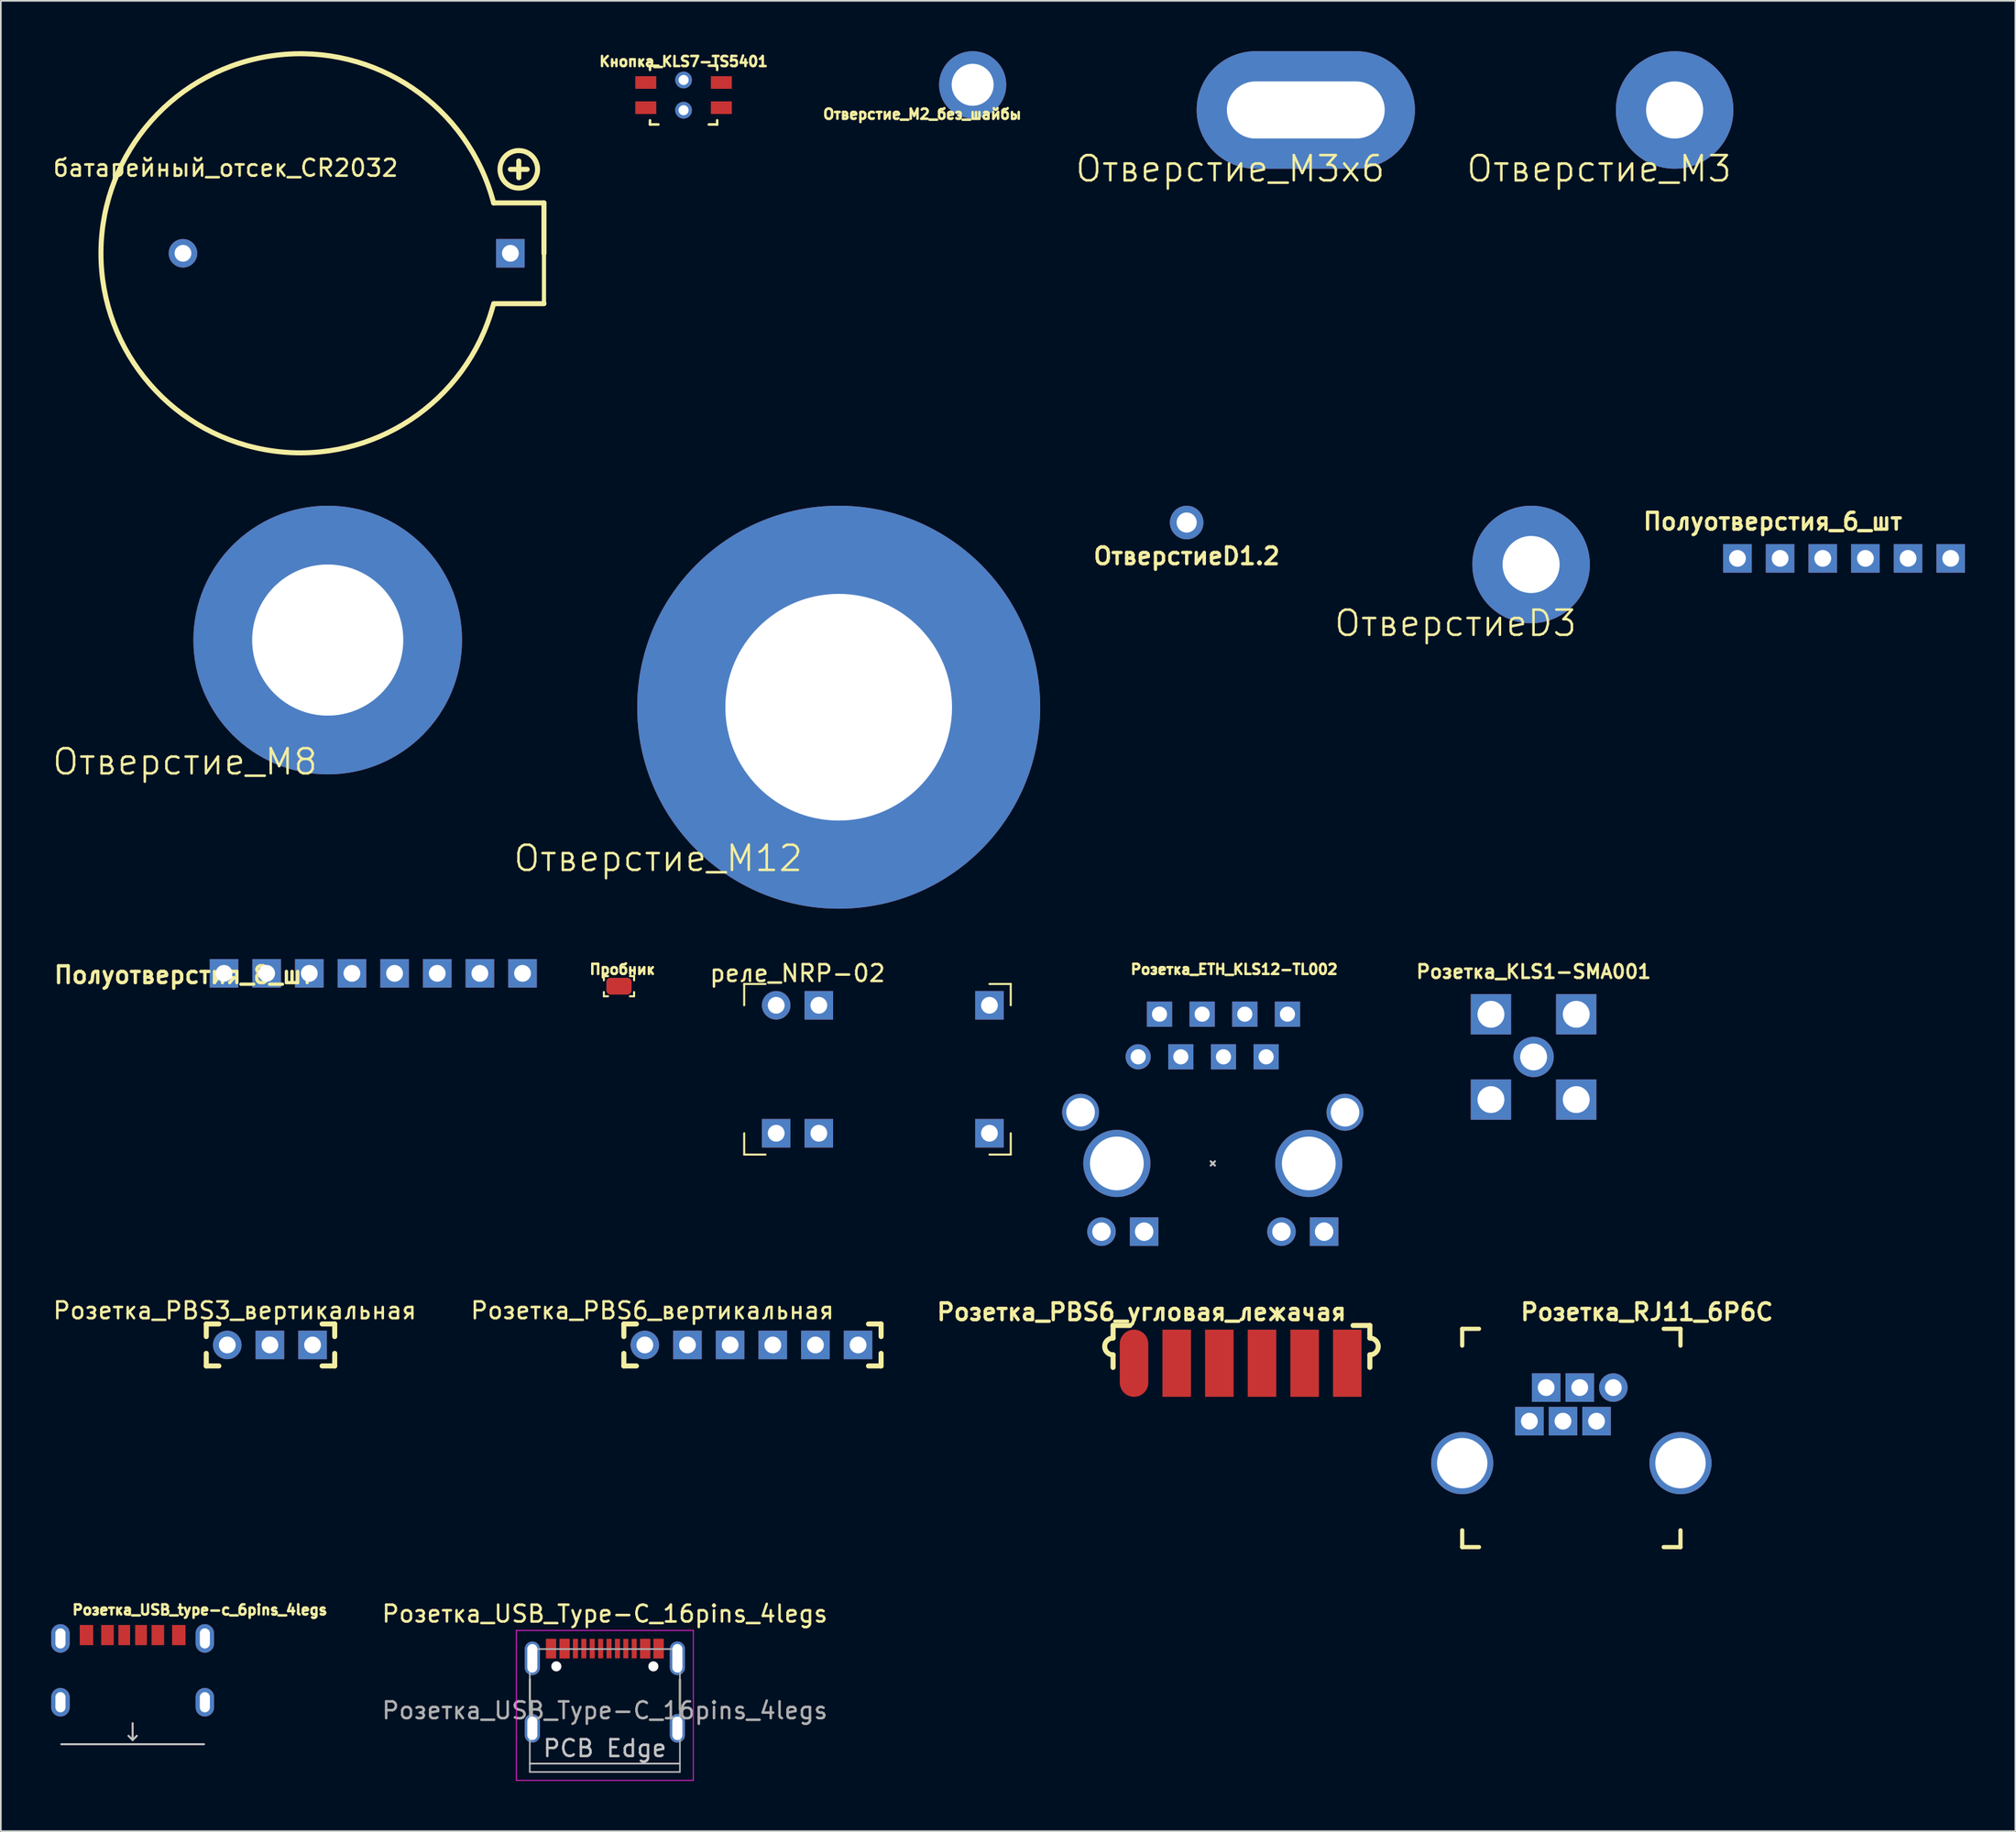
<source format=kicad_pcb>
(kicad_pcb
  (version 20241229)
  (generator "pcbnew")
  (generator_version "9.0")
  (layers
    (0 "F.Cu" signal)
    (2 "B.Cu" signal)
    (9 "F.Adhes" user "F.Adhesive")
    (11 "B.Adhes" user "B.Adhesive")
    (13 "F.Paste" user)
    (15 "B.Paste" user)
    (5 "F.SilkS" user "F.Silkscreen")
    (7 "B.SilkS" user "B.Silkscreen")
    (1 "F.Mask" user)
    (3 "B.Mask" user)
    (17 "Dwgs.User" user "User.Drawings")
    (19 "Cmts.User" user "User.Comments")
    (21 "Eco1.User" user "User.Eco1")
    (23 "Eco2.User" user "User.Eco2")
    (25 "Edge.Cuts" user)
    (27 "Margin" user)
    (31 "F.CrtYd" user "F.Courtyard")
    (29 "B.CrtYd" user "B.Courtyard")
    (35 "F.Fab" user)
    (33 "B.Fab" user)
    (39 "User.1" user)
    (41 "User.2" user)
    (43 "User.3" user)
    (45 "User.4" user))
  (footprint "Розетка_ETH_KLS12-TL002"
    (layer "F.Cu")
    (at 64.736 59.891)
    (property "Reference" "Розетка_ETH_KLS12-TL002" (at 5.715 -5.207 0) (layer "F.SilkS") (effects (font (size 0.6 0.6) (thickness 0.15))))
    (attr through_hole)
    (fp_line (start 4.318 6.223) (end 4.572 6.477) (stroke (width 0.12) (type solid)) (layer "Dwgs.User"))
    (fp_line (start 4.572 6.223) (end 4.318 6.477) (stroke (width 0.12) (type solid)) (layer "Dwgs.User"))
    (pad "0" thru_hole circle (at -1.27 6.35) (size 4 4) (drill 3.2) (layers "*.Cu" "*.Mask"))
    (pad "0" thru_hole circle (at 10.16 6.35) (size 4 4) (drill 3.2) (layers "*.Cu" "*.Mask"))
    (pad "1" thru_hole circle (at 0 0) (size 1.5 1.5) (drill 0.9) (layers "*.Cu" "*.Mask"))
    (pad "2" thru_hole rect (at 1.27 -2.54) (size 1.5 1.5) (drill 0.9) (layers "*.Cu" "*.Mask"))
    (pad "3" thru_hole rect (at 2.54 0) (size 1.5 1.5) (drill 0.9) (layers "*.Cu" "*.Mask"))
    (pad "4" thru_hole rect (at 3.81 -2.54) (size 1.5 1.5) (drill 0.9) (layers "*.Cu" "*.Mask"))
    (pad "5" thru_hole rect (at 5.08 0) (size 1.5 1.5) (drill 0.9) (layers "*.Cu" "*.Mask"))
    (pad "6" thru_hole rect (at 6.35 -2.54) (size 1.5 1.5) (drill 0.9) (layers "*.Cu" "*.Mask"))
    (pad "7" thru_hole rect (at 7.62 0) (size 1.5 1.5) (drill 0.9) (layers "*.Cu" "*.Mask"))
    (pad "8" thru_hole rect (at 8.89 -2.54) (size 1.5 1.5) (drill 0.9) (layers "*.Cu" "*.Mask"))
    (pad "9" thru_hole circle (at -2.184 10.414) (size 1.7 1.7) (drill 1.1) (layers "*.Cu" "*.Mask"))
    (pad "10" thru_hole rect (at 0.356 10.414) (size 1.7 1.7) (drill 1.1) (layers "*.Cu" "*.Mask"))
    (pad "11" thru_hole circle (at 8.534 10.414) (size 1.7 1.7) (drill 1.1) (layers "*.Cu" "*.Mask"))
    (pad "12" thru_hole rect (at 11.074 10.414) (size 1.7 1.7) (drill 1.1) (layers "*.Cu" "*.Mask"))
    (pad "S" thru_hole circle (at -3.429 3.302) (size 2.2 2.2) (drill 1.7) (layers "*.Cu" "*.Mask"))
    (pad "S" thru_hole circle (at 12.319 3.302) (size 2.2 2.2) (drill 1.7) (layers "*.Cu" "*.Mask")))
  (footprint "Розетка_PBS6_угловая_лежачая"
    (layer "F.Cu")
    (at 64.49 77.141)
    (property "Reference" "Розетка_PBS6_угловая_лежачая" (at 0.45 -2.05 0) (layer "F.SilkS") (effects (font (size 1 1) (thickness 0.2))))
    (attr through_hole)
    (fp_line (start -1.25 -1.25) (end -1.25 -0.5) (stroke (width 0.3) (type solid)) (layer "F.SilkS"))
    (fp_line (start -1.25 -1.25) (end -0.25 -1.25) (stroke (width 0.3) (type solid)) (layer "F.SilkS"))
    (fp_line (start -1.25 0.5) (end -1.25 1.25) (stroke (width 0.3) (type solid)) (layer "F.SilkS"))
    (fp_line (start 14.043 -1.25) (end 13.043 -1.25) (stroke (width 0.3) (type solid)) (layer "F.SilkS"))
    (fp_line (start 14.043 -1.25) (end 14.043 -0.5) (stroke (width 0.3) (type solid)) (layer "F.SilkS"))
    (fp_line (start 14.043 0.5) (end 14.043 1.25) (stroke (width 0.3) (type solid)) (layer "F.SilkS"))
    (fp_arc (start -1.25 0.5) (mid -1.75 0) (end -1.25 -0.5) (stroke (width 0.3) (type solid)) (layer "F.SilkS"))
    (fp_arc (start 14.043284 -0.5) (mid 14.543284 0) (end 14.043284 0.5) (stroke (width 0.3) (type solid)) (layer "F.SilkS"))
    (pad "1" smd oval (at 0 1) (size 1.7 4) (layers "F.Cu" "F.Mask" "F.Paste"))
    (pad "2" smd rect (at 2.54 1) (size 1.7 4) (layers "F.Cu" "F.Mask" "F.Paste"))
    (pad "3" smd rect (at 5.08 1) (size 1.7 4) (layers "F.Cu" "F.Mask" "F.Paste"))
    (pad "4" smd rect (at 7.62 1) (size 1.7 4) (layers "F.Cu" "F.Mask" "F.Paste"))
    (pad "5" smd rect (at 10.16 1) (size 1.7 4) (layers "F.Cu" "F.Mask" "F.Paste"))
    (pad "6" smd rect (at 12.7 1) (size 1.7 4) (layers "F.Cu" "F.Mask" "F.Paste")))
  (footprint "батарейный_отсек_CR2032"
    (layer "F.Cu")
    (at 7.847 12.035)
    (property "Reference" "батарейный_отсек_CR2032" (at 2.54 -5.08 0) (layer "F.SilkS") (effects (font (size 1 1) (thickness 0.15))))
    (attr through_hole)
    (fp_line (start 19.5 -5) (end 20.5 -5) (stroke (width 0.3) (type solid)) (layer "F.SilkS"))
    (fp_line (start 20 -4.5) (end 20 -5.5) (stroke (width 0.3) (type solid)) (layer "F.SilkS"))
    (fp_line (start 21.5 -3) (end 18.5 -3) (stroke (width 0.3) (type solid)) (layer "F.SilkS"))
    (fp_line (start 21.5 0) (end 21.5 -3) (stroke (width 0.3) (type solid)) (layer "F.SilkS"))
    (fp_line (start 21.5 0) (end 21.5 3) (stroke (width 0.25) (type solid)) (layer "F.SilkS"))
    (fp_line (start 21.5 3) (end 18.5 3) (stroke (width 0.3) (type solid)) (layer "F.SilkS"))
    (fp_arc (start 18.466087 3.127115) (mid -4.884682 -0.065781) (end 18.5 -3) (stroke (width 0.3) (type solid)) (layer "F.SilkS"))
    (fp_circle (center 20 -5) (end 21.118 -5) (stroke (width 0.3) (type solid)) (fill no) (layer "F.SilkS"))
    (pad "1" thru_hole circle (at 0 0) (size 1.7 1.7) (drill 1) (layers "*.Cu" "*.Mask"))
    (pad "2" thru_hole rect (at 19.5 0) (size 1.7 1.7) (drill 1) (layers "*.Cu" "*.Mask")))
  (footprint "Розетка_PBS3_вертикальная"
    (layer "F.Cu")
    (at 10.485 77.053)
    (property "Reference" "Розетка_PBS3_вертикальная" (at 0.45 -2.05 0) (layer "F.SilkS") (effects (font (size 1 1) (thickness 0.15))))
    (attr through_hole)
    (fp_line (start -1.25 -1.25) (end -1.25 -0.5) (stroke (width 0.3) (type solid)) (layer "F.SilkS"))
    (fp_line (start -1.25 -1.25) (end -0.5 -1.25) (stroke (width 0.3) (type solid)) (layer "F.SilkS"))
    (fp_line (start -1.25 0.5) (end -1.25 1.25) (stroke (width 0.3) (type solid)) (layer "F.SilkS"))
    (fp_line (start -1.25 1.25) (end -0.5 1.25) (stroke (width 0.3) (type solid)) (layer "F.SilkS"))
    (fp_line (start 5.65 -1.25) (end 6.4 -1.25) (stroke (width 0.3) (type solid)) (layer "F.SilkS"))
    (fp_line (start 6.4 -1.25) (end 6.4 -0.5) (stroke (width 0.3) (type solid)) (layer "F.SilkS"))
    (fp_line (start 6.4 0.5) (end 6.4 1.25) (stroke (width 0.3) (type solid)) (layer "F.SilkS"))
    (fp_line (start 6.4 1.25) (end 5.65 1.25) (stroke (width 0.3) (type solid)) (layer "F.SilkS"))
    (pad "1" thru_hole circle (at 0 0) (size 1.7 1.7) (drill 1) (layers "*.Cu" "*.Mask"))
    (pad "2" thru_hole rect (at 2.54 0) (size 1.7 1.7) (drill 1) (layers "*.Cu" "*.Mask"))
    (pad "3" thru_hole rect (at 5.08 0) (size 1.7 1.7) (drill 1) (layers "*.Cu" "*.Mask")))
  (footprint "Розетка_PBS6_вертикальная"
    (layer "F.Cu")
    (at 35.354 77.053)
    (property "Reference" "Розетка_PBS6_вертикальная" (at 0.45 -2.05 0) (layer "F.SilkS") (effects (font (size 1 1) (thickness 0.15))))
    (attr through_hole)
    (fp_line (start -1.25 -1.25) (end -1.25 -0.5) (stroke (width 0.3) (type solid)) (layer "F.SilkS"))
    (fp_line (start -1.25 -1.25) (end -0.5 -1.25) (stroke (width 0.3) (type solid)) (layer "F.SilkS"))
    (fp_line (start -1.25 0.5) (end -1.25 1.25) (stroke (width 0.3) (type solid)) (layer "F.SilkS"))
    (fp_line (start -1.25 1.25) (end -0.5 1.25) (stroke (width 0.3) (type solid)) (layer "F.SilkS"))
    (fp_line (start 13.32 -1.25) (end 14.07 -1.25) (stroke (width 0.3) (type solid)) (layer "F.SilkS"))
    (fp_line (start 14.07 -1.25) (end 14.07 -0.5) (stroke (width 0.3) (type solid)) (layer "F.SilkS"))
    (fp_line (start 14.07 0.5) (end 14.07 1.25) (stroke (width 0.3) (type solid)) (layer "F.SilkS"))
    (fp_line (start 14.07 1.25) (end 13.32 1.25) (stroke (width 0.3) (type solid)) (layer "F.SilkS"))
    (pad "1" thru_hole circle (at 0 0) (size 1.7 1.7) (drill 1) (layers "*.Cu" "*.Mask"))
    (pad "2" thru_hole rect (at 2.54 0) (size 1.7 1.7) (drill 1) (layers "*.Cu" "*.Mask"))
    (pad "3" thru_hole rect (at 5.08 0) (size 1.7 1.7) (drill 1) (layers "*.Cu" "*.Mask"))
    (pad "4" thru_hole rect (at 7.62 0) (size 1.7 1.7) (drill 1) (layers "*.Cu" "*.Mask"))
    (pad "5" thru_hole rect (at 10.16 0) (size 1.7 1.7) (drill 1) (layers "*.Cu" "*.Mask"))
    (pad "6" thru_hole rect (at 12.7 0) (size 1.7 1.7) (drill 1) (layers "*.Cu" "*.Mask")))
  (footprint "Полуотверстия_8_шт"
    (layer "F.Cu")
    (at 10.29 54.92)
    (property "Reference" "Полуотверстия_8_шт" (at -2.4 0.1 0) (layer "F.SilkS") (effects (font (size 1 1) (thickness 0.2))))
    (attr through_hole)
    (pad "1" thru_hole rect (at 0 0) (size 1.7 1.7) (drill 1) (layers "*.Cu" "*.Mask"))
    (pad "2" thru_hole rect (at 2.54 0) (size 1.7 1.7) (drill 1) (layers "*.Cu" "*.Mask"))
    (pad "3" thru_hole rect (at 5.08 0) (size 1.7 1.7) (drill 1) (layers "*.Cu" "*.Mask"))
    (pad "4" thru_hole rect (at 7.62 0) (size 1.7 1.7) (drill 1) (layers "*.Cu" "*.Mask"))
    (pad "5" thru_hole rect (at 10.16 0) (size 1.7 1.7) (drill 1) (layers "*.Cu" "*.Mask"))
    (pad "6" thru_hole rect (at 12.7 0) (size 1.7 1.7) (drill 1) (layers "*.Cu" "*.Mask"))
    (pad "7" thru_hole rect (at 15.24 0) (size 1.7 1.7) (drill 1) (layers "*.Cu" "*.Mask"))
    (pad "8" thru_hole rect (at 17.78 0) (size 1.7 1.7) (drill 1) (layers "*.Cu" "*.Mask")))
  (footprint "Отверстие_М3"
    (layer "F.Cu")
    (at 96.685 3.5)
    (property "Reference" "Отверстие_М3" (at -4.5 3.5 0) (layer "F.SilkS") (effects (font (size 1.5 1.5) (thickness 0.15))))
    (attr through_hole)
    (pad "1" thru_hole circle (at 0 0) (size 7 7) (drill 3.4) (layers "*.Cu" "*.Paste" "*.Mask")))
  (footprint "Отверстие_М8"
    (layer "F.Cu")
    (at 16.468 35.07)
    (property "Reference" "Отверстие_М8" (at -8.5 7.25 0) (layer "F.SilkS") (effects (font (size 1.5 1.5) (thickness 0.15))))
    (attr through_hole)
    (pad "" thru_hole circle (at 0 0) (size 16 16) (drill 9) (layers "*.Cu" "*.Paste" "*.Mask")))
  (footprint "Отверстие_М12"
    (layer "F.Cu")
    (at 46.9 39.07)
    (property "Reference" "Отверстие_М12" (at -10.75 9 0) (layer "F.SilkS") (effects (font (size 1.5 1.5) (thickness 0.15))))
    (attr through_hole)
    (pad "" thru_hole circle (at 0 0) (size 24 24) (drill 13.5) (layers "*.Cu" "*.Paste" "*.Mask")))
  (footprint "Отверстие_М2_без_шайбы"
    (layer "F.Cu")
    (at 54.878 2)
    (property "Reference" "Отверстие_М2_без_шайбы" (at -3 1.75 0) (layer "F.SilkS") (effects (font (size 0.6 0.6) (thickness 0.15))))
    (attr through_hole)
    (pad "1" thru_hole circle (at 0 0) (size 4 4) (drill 2.5) (layers "*.Cu" "*.Paste" "*.Mask")))
  (footprint "ОтверстиеD3"
    (layer "F.Cu")
    (at 88.137 30.57)
    (property "Reference" "ОтверстиеD3" (at -4.5 3.5 0) (layer "F.SilkS") (effects (font (size 1.5 1.5) (thickness 0.15))))
    (attr through_hole)
    (pad "" thru_hole circle (at 0 0) (size 7 7) (drill 3.4) (layers "*.Cu" "*.Paste" "*.Mask")))
  (footprint "Розетка_KLS1-SMA001"
    (layer "F.Cu")
    (at 85.746 57.359)
    (property "Reference" "Розетка_KLS1-SMA001" (at 2.54 -2.54 0) (layer "F.SilkS") (effects (font (size 0.8 0.8) (thickness 0.16))))
    (attr through_hole)
    (pad "1" thru_hole circle (at 2.54 2.54) (size 2.4 2.4) (drill 1.6) (layers "*.Cu" "*.Mask"))
    (pad "2" thru_hole rect (at 0 0) (size 2.4 2.4) (drill 1.6) (layers "*.Cu" "*.Mask"))
    (pad "2" thru_hole rect (at 0 5.08) (size 2.4 2.4) (drill 1.6) (layers "*.Cu" "*.Mask"))
    (pad "2" thru_hole rect (at 5.08 0) (size 2.4 2.4) (drill 1.6) (layers "*.Cu" "*.Mask"))
    (pad "2" thru_hole rect (at 5.08 5.08) (size 2.4 2.4) (drill 1.6) (layers "*.Cu" "*.Mask")))
  (footprint "Розетка_RJ11_6P6C"
    (layer "F.Cu")
    (at 93.034 79.591)
    (property "Reference" "Розетка_RJ11_6P6C" (at 2 -4.5 0) (layer "F.SilkS") (effects (font (size 1 1) (thickness 0.2))))
    (attr through_hole)
    (fp_line (start -9 -3.5) (end -8 -3.5) (stroke (width 0.25) (type solid)) (layer "F.SilkS"))
    (fp_line (start -9 -2.5) (end -9 -3.5) (stroke (width 0.25) (type solid)) (layer "F.SilkS"))
    (fp_line (start -9 8.5) (end -9 9.5) (stroke (width 0.25) (type solid)) (layer "F.SilkS"))
    (fp_line (start -9 9.5) (end -8 9.5) (stroke (width 0.25) (type solid)) (layer "F.SilkS"))
    (fp_line (start 4 -3.5) (end 3 -3.5) (stroke (width 0.25) (type solid)) (layer "F.SilkS"))
    (fp_line (start 4 -2.5) (end 4 -3.5) (stroke (width 0.25) (type solid)) (layer "F.SilkS"))
    (fp_line (start 4 8.5) (end 4 9.5) (stroke (width 0.25) (type solid)) (layer "F.SilkS"))
    (fp_line (start 4 9.5) (end 3 9.5) (stroke (width 0.25) (type solid)) (layer "F.SilkS"))
    (pad "0" thru_hole circle (at -9 4.5) (size 3.7 3.7) (drill 3) (layers "*.Cu" "*.Mask"))
    (pad "0" thru_hole circle (at 4 4.5) (size 3.7 3.7) (drill 3) (layers "*.Cu" "*.Mask"))
    (pad "1" thru_hole circle (at 0 0) (size 1.7 1.7) (drill 1) (layers "*.Cu" "*.Mask"))
    (pad "2" thru_hole rect (at -1 2) (size 1.7 1.7) (drill 1) (layers "*.Cu" "*.Mask"))
    (pad "3" thru_hole rect (at -2 0) (size 1.7 1.7) (drill 1) (layers "*.Cu" "*.Mask"))
    (pad "4" thru_hole rect (at -3 2) (size 1.7 1.7) (drill 1) (layers "*.Cu" "*.Mask"))
    (pad "5" thru_hole rect (at -4 0) (size 1.7 1.7) (drill 1) (layers "*.Cu" "*.Mask"))
    (pad "6" thru_hole rect (at -5 2) (size 1.7 1.7) (drill 1) (layers "*.Cu" "*.Mask")))
  (footprint "Полуотверстия_6_шт"
    (layer "F.Cu")
    (at 100.427 30.206)
    (property "Reference" "Полуотверстия_6_шт" (at 2.1 -2.2 0) (layer "F.SilkS") (effects (font (size 1 1) (thickness 0.2))))
    (attr through_hole)
    (pad "1" thru_hole rect (at 0 0) (size 1.7 1.7) (drill 1) (layers "*.Cu" "*.Mask"))
    (pad "2" thru_hole rect (at 2.54 0) (size 1.7 1.7) (drill 1) (layers "*.Cu" "*.Mask"))
    (pad "3" thru_hole rect (at 5.08 0) (size 1.7 1.7) (drill 1) (layers "*.Cu" "*.Mask"))
    (pad "4" thru_hole rect (at 7.62 0) (size 1.7 1.7) (drill 1) (layers "*.Cu" "*.Mask"))
    (pad "5" thru_hole rect (at 10.16 0) (size 1.7 1.7) (drill 1) (layers "*.Cu" "*.Mask"))
    (pad "6" thru_hole rect (at 12.7 0) (size 1.7 1.7) (drill 1) (layers "*.Cu" "*.Mask")))
  (footprint "Отверстие_М3x6"
    (layer "F.Cu")
    (at 74.718 3.5)
    (property "Reference" "Отверстие_М3x6" (at -4.5 3.5 0) (layer "F.SilkS") (effects (font (size 1.5 1.5) (thickness 0.15))))
    (attr through_hole)
    (pad "1" thru_hole oval (at 0 0) (size 13 7) (drill oval 9.4 3.4) (layers "*.Cu" "*.Paste" "*.Mask")))
  (footprint "Кнопка_KLS7-TS5401"
    (layer "F.Cu")
    (at 35.412 3.364)
    (property "Reference" "Кнопка_KLS7-TS5401" (at 2.25 -2.75 0) (layer "F.SilkS") (effects (font (size 0.6 0.6) (thickness 0.15))))
    (attr through_hole)
    (fp_line (start 0.25 -2.5) (end 0.25 -2.25) (stroke (width 0.15) (type solid)) (layer "F.SilkS"))
    (fp_line (start 0.25 -2.5) (end 0.75 -2.5) (stroke (width 0.15) (type solid)) (layer "F.SilkS"))
    (fp_line (start 0.25 1) (end 0.25 0.75) (stroke (width 0.15) (type solid)) (layer "F.SilkS"))
    (fp_line (start 0.25 1) (end 0.75 1) (stroke (width 0.15) (type solid)) (layer "F.SilkS"))
    (fp_line (start 4.25 -2.5) (end 3.75 -2.5) (stroke (width 0.15) (type solid)) (layer "F.SilkS"))
    (fp_line (start 4.25 -2.5) (end 4.25 -2.25) (stroke (width 0.15) (type solid)) (layer "F.SilkS"))
    (fp_line (start 4.25 1) (end 3.75 1) (stroke (width 0.15) (type solid)) (layer "F.SilkS"))
    (fp_line (start 4.25 1) (end 4.25 0.75) (stroke (width 0.15) (type solid)) (layer "F.SilkS"))
    (pad "" thru_hole circle (at 2.25 -1.65) (size 1 1) (drill 0.6) (layers "*.Cu" "*.Mask"))
    (pad "" thru_hole circle (at 2.25 0.15) (size 1 1) (drill 0.6) (layers "*.Cu" "*.Mask"))
    (pad "1" smd rect (at 0 -1.5) (size 1.25 0.75) (layers "F.Cu" "F.Mask" "F.Paste"))
    (pad "2" smd rect (at 4.5 -1.5) (size 1.25 0.75) (layers "F.Cu" "F.Mask" "F.Paste"))
    (pad "3" smd rect (at 4.5 0) (size 1.25 0.75) (layers "F.Cu" "F.Mask" "F.Paste"))
    (pad "4" smd rect (at 0 0) (size 1.25 0.75) (layers "F.Cu" "F.Mask" "F.Paste")))
  (footprint "ОтверстиеD1.2"
    (layer "F.Cu")
    (at 67.624 28.07)
    (property "Reference" "ОтверстиеD1.2" (at 0 2 0) (layer "F.SilkS") (effects (font (size 1 1) (thickness 0.2))))
    (attr through_hole)
    (pad "1" thru_hole circle (at 0 0) (size 2 2) (drill 1.2) (layers "*.Cu" "*.Paste" "*.Mask")))
  (footprint "Розетка_USB_Type-C_16pins_4legs"
    (layer "F.Cu")
    (at 32.973 97.644)
    (property "Reference" "Розетка_USB_Type-C_16pins_4legs" (at 0 -4.58 0) (layer "F.SilkS") (effects (font (size 1 1) (thickness 0.15))))
    (attr smd)
    (fp_line (start -4.47 -0.67) (end -4.47 1.13) (stroke (width 0.12) (type solid)) (layer "F.SilkS"))
    (fp_line (start 4.47 -0.67) (end 4.47 1.13) (stroke (width 0.12) (type solid)) (layer "F.SilkS"))
    (fp_line (start -4.47 4.34) (end 4.47 4.34) (stroke (width 0.1) (type solid)) (layer "Dwgs.User"))
    (fp_line (start -5.27 -3.59) (end -5.27 5.34) (stroke (width 0.05) (type solid)) (layer "F.CrtYd"))
    (fp_line (start -5.27 5.34) (end 5.27 5.34) (stroke (width 0.05) (type solid)) (layer "F.CrtYd"))
    (fp_line (start 5.27 -3.59) (end -5.27 -3.59) (stroke (width 0.05) (type solid)) (layer "F.CrtYd"))
    (fp_line (start 5.27 5.34) (end 5.27 -3.59) (stroke (width 0.05) (type solid)) (layer "F.CrtYd"))
    (fp_line (start -4.47 -2.48) (end -4.47 4.84) (stroke (width 0.1) (type solid)) (layer "F.Fab"))
    (fp_line (start -4.47 -2.48) (end 4.47 -2.48) (stroke (width 0.1) (type solid)) (layer "F.Fab"))
    (fp_line (start 4.47 -2.48) (end 4.47 4.84) (stroke (width 0.1) (type solid)) (layer "F.Fab"))
    (fp_line (start 4.47 4.84) (end -4.47 4.84) (stroke (width 0.1) (type solid)) (layer "F.Fab"))
    (fp_text user "PCB Edge" (at 0 3.43 0) (layer "Dwgs.User") (effects (font (size 1 1) (thickness 0.15))))
    (fp_text user "${REFERENCE}" (at 0 1.18 0) (layer "F.Fab") (effects (font (size 1 1) (thickness 0.15))))
    (pad "" np_thru_hole circle (at -2.89 -1.45 180) (size 0.6 0.6) (drill 0.6) (layers "*.Cu" "*.Mask"))
    (pad "" np_thru_hole circle (at 2.89 -1.45 180) (size 0.6 0.6) (drill 0.6) (layers "*.Cu" "*.Mask"))
    (pad "A1" smd rect (at -3.2 -2.51) (size 0.6 1.16) (layers "F.Cu" "F.Mask" "F.Paste"))
    (pad "A4" smd rect (at -2.4 -2.51) (size 0.6 1.16) (layers "F.Cu" "F.Mask" "F.Paste"))
    (pad "A5" smd rect (at -1.25 -2.51 180) (size 0.3 1.16) (layers "F.Cu" "F.Mask" "F.Paste"))
    (pad "A6" smd rect (at -0.25 -2.51 180) (size 0.3 1.16) (layers "F.Cu" "F.Mask" "F.Paste"))
    (pad "A7" smd rect (at 0.25 -2.51 180) (size 0.3 1.16) (layers "F.Cu" "F.Mask" "F.Paste"))
    (pad "A8" smd rect (at 1.25 -2.51 180) (size 0.3 1.16) (layers "F.Cu" "F.Mask" "F.Paste"))
    (pad "A9" smd rect (at 2.4 -2.51) (size 0.6 1.16) (layers "F.Cu" "F.Mask" "F.Paste"))
    (pad "A12" smd rect (at 3.2 -2.51) (size 0.6 1.16) (layers "F.Cu" "F.Mask" "F.Paste"))
    (pad "B1" smd rect (at 3.2 -2.51) (size 0.6 1.16) (layers "F.Cu" "F.Mask" "F.Paste"))
    (pad "B4" smd rect (at 2.4 -2.51) (size 0.6 1.16) (layers "F.Cu" "F.Mask" "F.Paste"))
    (pad "B5" smd rect (at 1.75 -2.51 180) (size 0.3 1.16) (layers "F.Cu" "F.Mask" "F.Paste"))
    (pad "B6" smd rect (at 0.75 -2.51 180) (size 0.3 1.16) (layers "F.Cu" "F.Mask" "F.Paste"))
    (pad "B7" smd rect (at -0.75 -2.51 180) (size 0.3 1.16) (layers "F.Cu" "F.Mask" "F.Paste"))
    (pad "B8" smd rect (at -1.75 -2.51 180) (size 0.3 1.16) (layers "F.Cu" "F.Mask" "F.Paste"))
    (pad "B9" smd rect (at -2.4 -2.51) (size 0.6 1.16) (layers "F.Cu" "F.Mask" "F.Paste"))
    (pad "B12" smd rect (at -3.2 -2.51) (size 0.6 1.16) (layers "F.Cu" "F.Mask" "F.Paste"))
    (pad "S1" thru_hole oval (at -4.32 -1.93 90) (size 2 0.9) (drill oval 1.7 0.6) (layers "*.Cu" "*.Mask"))
    (pad "S1" thru_hole oval (at -4.32 2.24 90) (size 1.7 0.9) (drill oval 1.4 0.6) (layers "*.Cu" "*.Mask"))
    (pad "S1" thru_hole oval (at 4.32 -1.93 90) (size 2 0.9) (drill oval 1.7 0.6) (layers "*.Cu" "*.Mask"))
    (pad "S1" thru_hole oval (at 4.32 2.24 90) (size 1.7 0.9) (drill oval 1.4 0.6) (layers "*.Cu" "*.Mask")))
  (footprint "Розетка_USB_type-c_6pins_4legs"
    (layer "F.Cu")
    (at 4.85 94.33)
    (property "Reference" "Розетка_USB_type-c_6pins_4legs" (at 4 -1.5 0) (layer "F.SilkS") (effects (font (size 0.6 0.6) (thickness 0.15))))
    (attr through_hole)
    (fp_line (start -4.25 6.5) (end 4.25 6.5) (stroke (width 0.12) (type solid)) (layer "Dwgs.User"))
    (fp_line (start 0 6.25) (end -0.25 6) (stroke (width 0.12) (type solid)) (layer "Dwgs.User"))
    (fp_line (start 0 6.25) (end 0 5.25) (stroke (width 0.12) (type solid)) (layer "Dwgs.User"))
    (fp_line (start 0 6.25) (end 0.25 6) (stroke (width 0.12) (type solid)) (layer "Dwgs.User"))
    (pad "" thru_hole oval (at -4.3 0.2) (size 1.1 1.7) (drill oval 0.6 1.2) (layers "*.Cu" "*.Mask"))
    (pad "" thru_hole oval (at -4.3 4) (size 1.1 1.7) (drill oval 0.6 1.2) (layers "*.Cu" "*.Mask"))
    (pad "" thru_hole oval (at 4.3 0.2) (size 1.1 1.7) (drill oval 0.6 1.2) (layers "*.Cu" "*.Mask"))
    (pad "" thru_hole oval (at 4.3 4) (size 1.1 1.7) (drill oval 0.6 1.2) (layers "*.Cu" "*.Mask"))
    (pad "A5" smd rect (at -0.5 0) (size 0.7 1.2) (layers "F.Cu" "F.Mask" "F.Paste"))
    (pad "A9" smd rect (at 1.5 0) (size 0.75 1.2) (layers "F.Cu" "F.Mask" "F.Paste"))
    (pad "A12" smd rect (at 2.75 0) (size 0.8 1.2) (layers "F.Cu" "F.Mask" "F.Paste"))
    (pad "B5" smd rect (at 0.5 0) (size 0.7 1.2) (layers "F.Cu" "F.Mask" "F.Paste"))
    (pad "B9" smd rect (at -1.5 0) (size 0.75 1.2) (layers "F.Cu" "F.Mask" "F.Paste"))
    (pad "B12" smd rect (at -2.75 0) (size 0.8 1.2) (layers "F.Cu" "F.Mask" "F.Paste")))
  (footprint "реле_NRP-02"
    (layer "F.Cu")
    (at 43.177 56.823)
    (property "Reference" "реле_NRP-02" (at 1.27 -1.905 0) (layer "F.SilkS") (effects (font (size 1 1) (thickness 0.15))))
    (attr through_hole)
    (fp_line (start -1.905 -1.27) (end -1.905 0) (stroke (width 0.12) (type solid)) (layer "F.SilkS"))
    (fp_line (start -1.905 -1.27) (end -0.635 -1.27) (stroke (width 0.12) (type solid)) (layer "F.SilkS"))
    (fp_line (start -1.905 7.62) (end -1.905 8.89) (stroke (width 0.12) (type solid)) (layer "F.SilkS"))
    (fp_line (start -1.905 8.89) (end -0.635 8.89) (stroke (width 0.12) (type solid)) (layer "F.SilkS"))
    (fp_line (start 12.7 -1.27) (end 13.97 -1.27) (stroke (width 0.12) (type solid)) (layer "F.SilkS"))
    (fp_line (start 13.97 -1.27) (end 13.97 0) (stroke (width 0.12) (type solid)) (layer "F.SilkS"))
    (fp_line (start 13.97 7.62) (end 13.97 8.89) (stroke (width 0.12) (type solid)) (layer "F.SilkS"))
    (fp_line (start 13.97 8.89) (end 12.7 8.89) (stroke (width 0.12) (type solid)) (layer "F.SilkS"))
    (pad "1" thru_hole circle (at 0 0) (size 1.7 1.7) (drill 1) (layers "*.Cu" "*.Mask"))
    (pad "2" thru_hole rect (at 0 7.62) (size 1.7 1.7) (drill 1) (layers "*.Cu" "*.Mask"))
    (pad "3" thru_hole rect (at 2.54 0) (size 1.7 1.7) (drill 1) (layers "*.Cu" "*.Mask"))
    (pad "4" thru_hole rect (at 2.54 7.62) (size 1.7 1.7) (drill 1) (layers "*.Cu" "*.Mask"))
    (pad "5" thru_hole rect (at 12.7 0) (size 1.7 1.7) (drill 1) (layers "*.Cu" "*.Mask"))
    (pad "6" thru_hole rect (at 12.7 7.62) (size 1.7 1.7) (drill 1) (layers "*.Cu" "*.Mask")))
  (footprint "Пробник"
    (layer "F.Cu")
    (at 33.814 55.684)
    (property "Reference" "Пробник" (at 0.2 -1 0) (layer "F.SilkS") (effects (font (size 0.6 0.6) (thickness 0.15))))
    (attr through_hole)
    (fp_poly (pts (xy -0.5 -0.5) (xy 0.5 -0.5) (xy 0.5 0.5) (xy -0.5 0.5)) (stroke (width 0) (type solid)) (fill yes) (layer "F.Cu"))
    (fp_poly (pts (xy -0.75 -0.5) (xy 0.75 -0.5) (xy 0.75 0.5) (xy -0.75 0.5)) (stroke (width 0.1) (type solid)) (fill yes) (layer "F.Mask"))
    (fp_line (start -0.9 -0.6) (end -0.65 -0.6) (stroke (width 0.12) (type solid)) (layer "F.SilkS"))
    (fp_line (start -0.9 -0.35) (end -0.9 -0.6) (stroke (width 0.12) (type solid)) (layer "F.SilkS"))
    (fp_line (start -0.9 0.35) (end -0.9 0.6) (stroke (width 0.12) (type solid)) (layer "F.SilkS"))
    (fp_line (start -0.9 0.6) (end -0.65 0.6) (stroke (width 0.12) (type solid)) (layer "F.SilkS"))
    (fp_line (start 0.65 -0.6) (end 0.9 -0.6) (stroke (width 0.12) (type solid)) (layer "F.SilkS"))
    (fp_line (start 0.65 0.6) (end 0.9 0.6) (stroke (width 0.12) (type solid)) (layer "F.SilkS"))
    (fp_line (start 0.9 -0.6) (end 0.9 -0.35) (stroke (width 0.12) (type solid)) (layer "F.SilkS"))
    (fp_line (start 0.9 0.6) (end 0.9 0.35) (stroke (width 0.12) (type solid)) (layer "F.SilkS"))
    (pad "1" smd oval (at -0.5 0) (size 0.5 1) (layers "F.Cu" "F.Mask" "F.Paste"))
    (pad "2" smd oval (at 0.5 0) (size 0.5 1) (layers "F.Cu" "F.Mask" "F.Paste")))
  (gr_rect
    (start -3 -3)
    (end 116.977 106.009)
    (stroke (width 0.1) (type default))
    (fill no)
    (layer "Edge.Cuts")))
</source>
